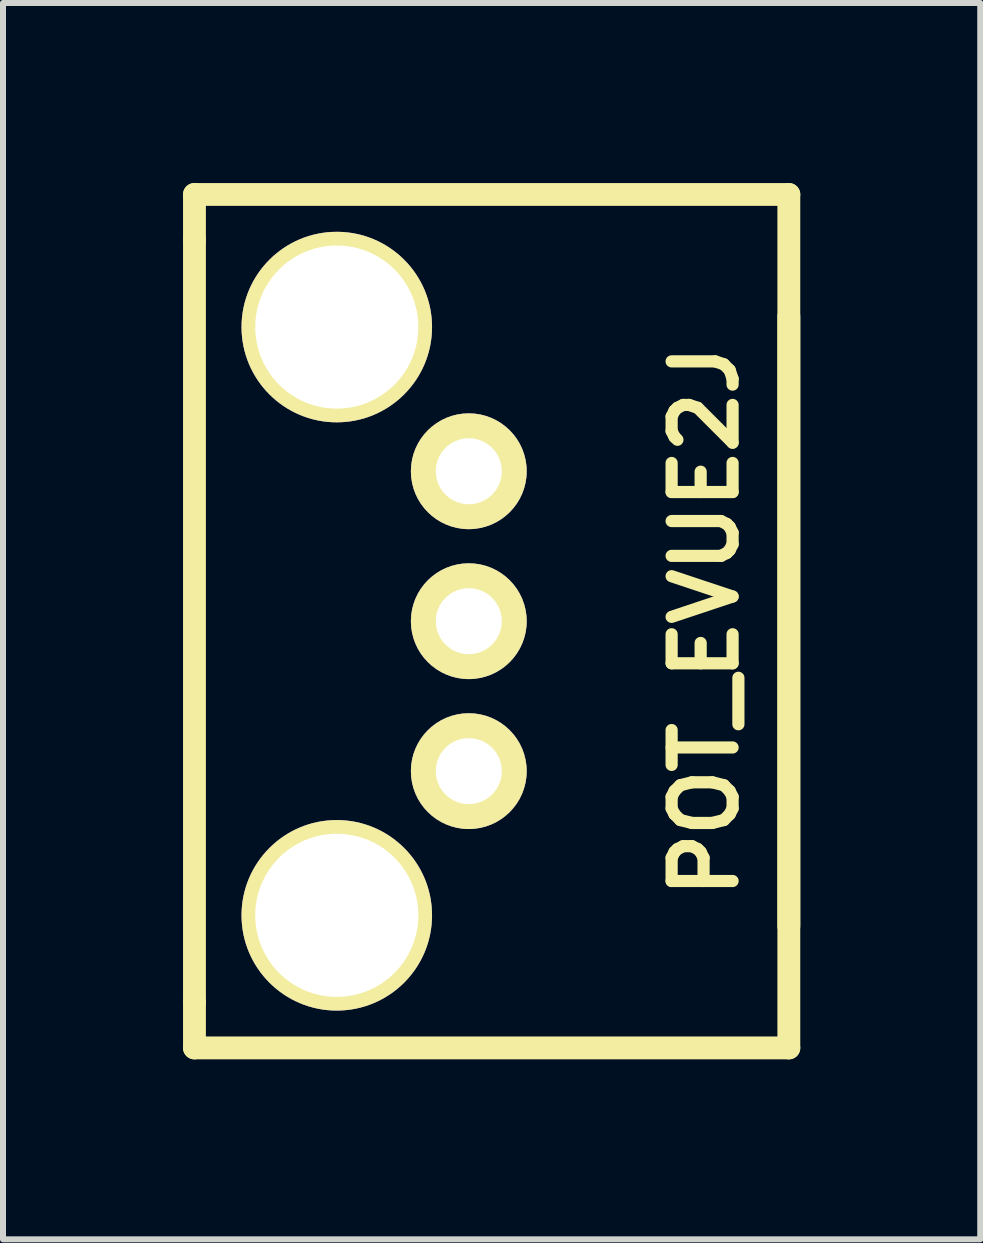
<source format=kicad_pcb>
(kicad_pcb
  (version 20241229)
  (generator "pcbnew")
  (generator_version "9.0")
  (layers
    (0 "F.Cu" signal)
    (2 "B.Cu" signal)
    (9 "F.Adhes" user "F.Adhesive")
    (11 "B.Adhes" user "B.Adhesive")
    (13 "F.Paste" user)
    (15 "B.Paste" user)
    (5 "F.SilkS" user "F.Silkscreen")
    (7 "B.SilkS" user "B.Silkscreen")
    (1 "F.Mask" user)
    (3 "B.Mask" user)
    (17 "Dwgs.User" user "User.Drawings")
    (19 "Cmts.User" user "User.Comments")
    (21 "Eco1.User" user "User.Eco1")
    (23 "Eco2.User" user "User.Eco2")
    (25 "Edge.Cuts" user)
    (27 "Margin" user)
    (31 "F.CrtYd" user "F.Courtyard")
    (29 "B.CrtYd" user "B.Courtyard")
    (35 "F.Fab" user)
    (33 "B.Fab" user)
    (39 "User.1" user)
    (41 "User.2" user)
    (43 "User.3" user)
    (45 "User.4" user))
  (footprint "POT_EVUE2J"
    (layer "F.Cu")
    (at 4.763 7.303)
    (property "Reference" "POT_EVUE2J" (at 3.937 0 90) (layer "F.SilkS") (effects (font (size 1.016 1.016) (thickness 0.203))))
    (attr through_hole)
    (fp_line (start -4.572 -7.112) (end 5.334 -7.112) (stroke (width 0.381) (type solid)) (layer "F.SilkS"))
    (fp_line (start -4.572 -6.35) (end -4.572 -7.112) (stroke (width 0.381) (type solid)) (layer "F.SilkS"))
    (fp_line (start -4.572 -6.35) (end -4.572 6.35) (stroke (width 0.381) (type solid)) (layer "F.SilkS"))
    (fp_line (start -4.572 6.35) (end -4.572 7.112) (stroke (width 0.381) (type solid)) (layer "F.SilkS"))
    (fp_line (start -4.572 7.112) (end 5.334 7.112) (stroke (width 0.381) (type solid)) (layer "F.SilkS"))
    (fp_line (start 5.334 -5.08) (end 5.334 5.08) (stroke (width 0.381) (type solid)) (layer "F.SilkS"))
    (fp_line (start 5.334 7.112) (end 5.334 -7.112) (stroke (width 0.381) (type solid)) (layer "F.SilkS"))
    (pad "" thru_hole circle (at -2.2 -4.902) (size 3.175 3.175) (drill 2.718) (layers "*.Cu" "*.Mask" "F.SilkS"))
    (pad "" thru_hole circle (at -2.2 4.902) (size 3.175 3.175) (drill 2.718) (layers "*.Cu" "*.Mask" "F.SilkS"))
    (pad "1" thru_hole circle (at 0 2.499) (size 1.93 1.93) (drill 1.1) (layers "*.Cu" "*.Mask" "F.SilkS"))
    (pad "2" thru_hole circle (at 0 0) (size 1.93 1.93) (drill 1.1) (layers "*.Cu" "*.Mask" "F.SilkS"))
    (pad "3" thru_hole circle (at 0 -2.499) (size 1.93 1.93) (drill 1.1) (layers "*.Cu" "*.Mask" "F.SilkS")))
  (gr_rect
    (start -3 -3)
    (end 13.287 17.605)
    (stroke (width 0.1) (type default))
    (fill no)
    (layer "Edge.Cuts")))
</source>
